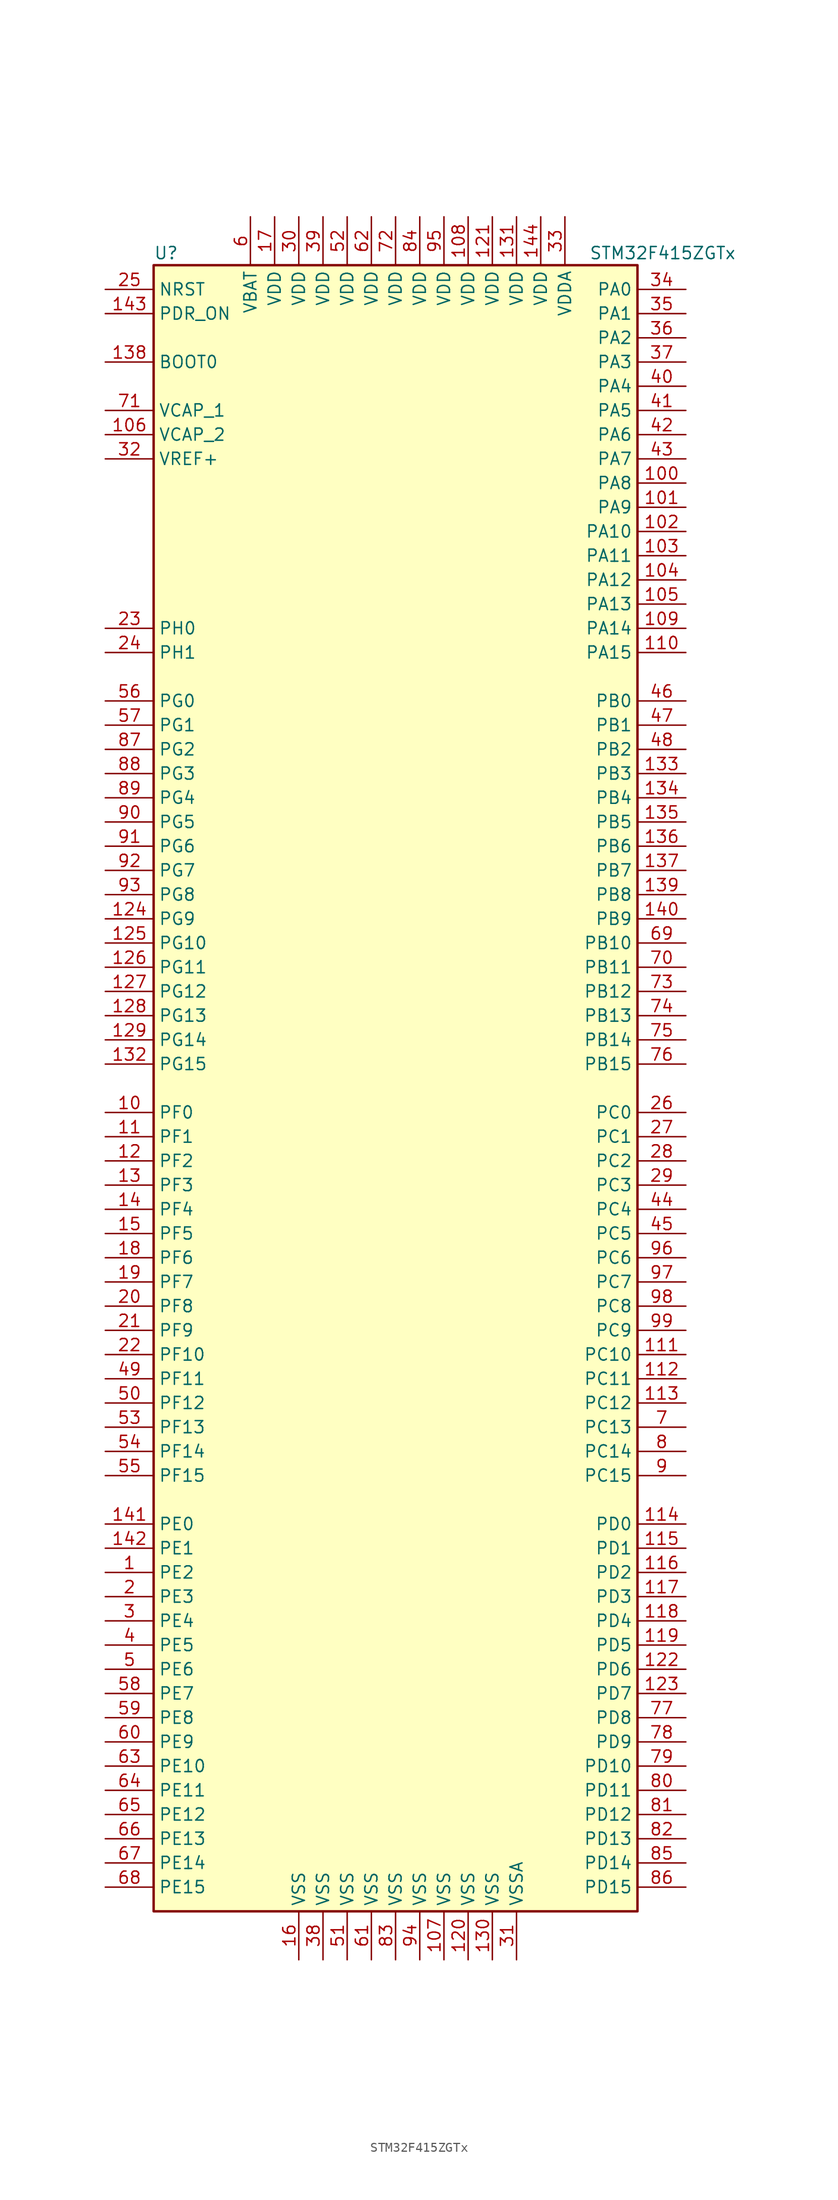
<source format=kicad_sym>
(kicad_symbol_lib
  (version 20201005)
  (generator kicad_symbol_editor)
  (symbol "STM32F415ZGTx"
    (property "Reference" "U"
      (at -25.4 87.63 0)
      (effects (font (size 1.27 1.27)) (justify left)))
    (property "Value" "STM32F415ZGTx"
      (at 20.32 87.63 0)
      (effects (font (size 1.27 1.27)) (justify left)))
    (symbol "STM32F415ZGTx_0_1"
      (rectangle (start -25.4 -86.36) (end 25.4 86.36) (stroke (width 0.254)) (fill (type background))))
    (symbol "STM32F415ZGTx_1_1"
      (pin input line (at -30.48 76.2 0) (length 5.08) (name "BOOT0" (effects (font (size 1.27 1.27)))) (number "138" (effects (font (size 1.27 1.27)))))
      (pin input line (at -30.48 83.82 0) (length 5.08) (name "NRST" (effects (font (size 1.27 1.27)))) (number "25" (effects (font (size 1.27 1.27)))))
      (pin bidirectional line (at 30.48 83.82 180) (length 5.08) (name "PA0" (effects (font (size 1.27 1.27)))) (number "34" (effects (font (size 1.27 1.27)))))
      (pin bidirectional line (at 30.48 81.28 180) (length 5.08) (name "PA1" (effects (font (size 1.27 1.27)))) (number "35" (effects (font (size 1.27 1.27)))))
      (pin bidirectional line (at 30.48 58.42 180) (length 5.08) (name "PA10" (effects (font (size 1.27 1.27)))) (number "102" (effects (font (size 1.27 1.27)))))
      (pin bidirectional line (at 30.48 55.88 180) (length 5.08) (name "PA11" (effects (font (size 1.27 1.27)))) (number "103" (effects (font (size 1.27 1.27)))))
      (pin bidirectional line (at 30.48 53.34 180) (length 5.08) (name "PA12" (effects (font (size 1.27 1.27)))) (number "104" (effects (font (size 1.27 1.27)))))
      (pin bidirectional line (at 30.48 50.8 180) (length 5.08) (name "PA13" (effects (font (size 1.27 1.27)))) (number "105" (effects (font (size 1.27 1.27)))))
      (pin bidirectional line (at 30.48 48.26 180) (length 5.08) (name "PA14" (effects (font (size 1.27 1.27)))) (number "109" (effects (font (size 1.27 1.27)))))
      (pin bidirectional line (at 30.48 45.72 180) (length 5.08) (name "PA15" (effects (font (size 1.27 1.27)))) (number "110" (effects (font (size 1.27 1.27)))))
      (pin bidirectional line (at 30.48 78.74 180) (length 5.08) (name "PA2" (effects (font (size 1.27 1.27)))) (number "36" (effects (font (size 1.27 1.27)))))
      (pin bidirectional line (at 30.48 76.2 180) (length 5.08) (name "PA3" (effects (font (size 1.27 1.27)))) (number "37" (effects (font (size 1.27 1.27)))))
      (pin bidirectional line (at 30.48 73.66 180) (length 5.08) (name "PA4" (effects (font (size 1.27 1.27)))) (number "40" (effects (font (size 1.27 1.27)))))
      (pin bidirectional line (at 30.48 71.12 180) (length 5.08) (name "PA5" (effects (font (size 1.27 1.27)))) (number "41" (effects (font (size 1.27 1.27)))))
      (pin bidirectional line (at 30.48 68.58 180) (length 5.08) (name "PA6" (effects (font (size 1.27 1.27)))) (number "42" (effects (font (size 1.27 1.27)))))
      (pin bidirectional line (at 30.48 66.04 180) (length 5.08) (name "PA7" (effects (font (size 1.27 1.27)))) (number "43" (effects (font (size 1.27 1.27)))))
      (pin bidirectional line (at 30.48 63.5 180) (length 5.08) (name "PA8" (effects (font (size 1.27 1.27)))) (number "100" (effects (font (size 1.27 1.27)))))
      (pin bidirectional line (at 30.48 60.96 180) (length 5.08) (name "PA9" (effects (font (size 1.27 1.27)))) (number "101" (effects (font (size 1.27 1.27)))))
      (pin bidirectional line (at 30.48 40.64 180) (length 5.08) (name "PB0" (effects (font (size 1.27 1.27)))) (number "46" (effects (font (size 1.27 1.27)))))
      (pin bidirectional line (at 30.48 38.1 180) (length 5.08) (name "PB1" (effects (font (size 1.27 1.27)))) (number "47" (effects (font (size 1.27 1.27)))))
      (pin bidirectional line (at 30.48 15.24 180) (length 5.08) (name "PB10" (effects (font (size 1.27 1.27)))) (number "69" (effects (font (size 1.27 1.27)))))
      (pin bidirectional line (at 30.48 12.7 180) (length 5.08) (name "PB11" (effects (font (size 1.27 1.27)))) (number "70" (effects (font (size 1.27 1.27)))))
      (pin bidirectional line (at 30.48 10.16 180) (length 5.08) (name "PB12" (effects (font (size 1.27 1.27)))) (number "73" (effects (font (size 1.27 1.27)))))
      (pin bidirectional line (at 30.48 7.62 180) (length 5.08) (name "PB13" (effects (font (size 1.27 1.27)))) (number "74" (effects (font (size 1.27 1.27)))))
      (pin bidirectional line (at 30.48 5.08 180) (length 5.08) (name "PB14" (effects (font (size 1.27 1.27)))) (number "75" (effects (font (size 1.27 1.27)))))
      (pin bidirectional line (at 30.48 2.54 180) (length 5.08) (name "PB15" (effects (font (size 1.27 1.27)))) (number "76" (effects (font (size 1.27 1.27)))))
      (pin bidirectional line (at 30.48 35.56 180) (length 5.08) (name "PB2" (effects (font (size 1.27 1.27)))) (number "48" (effects (font (size 1.27 1.27)))))
      (pin bidirectional line (at 30.48 33.02 180) (length 5.08) (name "PB3" (effects (font (size 1.27 1.27)))) (number "133" (effects (font (size 1.27 1.27)))))
      (pin bidirectional line (at 30.48 30.48 180) (length 5.08) (name "PB4" (effects (font (size 1.27 1.27)))) (number "134" (effects (font (size 1.27 1.27)))))
      (pin bidirectional line (at 30.48 27.94 180) (length 5.08) (name "PB5" (effects (font (size 1.27 1.27)))) (number "135" (effects (font (size 1.27 1.27)))))
      (pin bidirectional line (at 30.48 25.4 180) (length 5.08) (name "PB6" (effects (font (size 1.27 1.27)))) (number "136" (effects (font (size 1.27 1.27)))))
      (pin bidirectional line (at 30.48 22.86 180) (length 5.08) (name "PB7" (effects (font (size 1.27 1.27)))) (number "137" (effects (font (size 1.27 1.27)))))
      (pin bidirectional line (at 30.48 20.32 180) (length 5.08) (name "PB8" (effects (font (size 1.27 1.27)))) (number "139" (effects (font (size 1.27 1.27)))))
      (pin bidirectional line (at 30.48 17.78 180) (length 5.08) (name "PB9" (effects (font (size 1.27 1.27)))) (number "140" (effects (font (size 1.27 1.27)))))
      (pin bidirectional line (at 30.48 -2.54 180) (length 5.08) (name "PC0" (effects (font (size 1.27 1.27)))) (number "26" (effects (font (size 1.27 1.27)))))
      (pin bidirectional line (at 30.48 -5.08 180) (length 5.08) (name "PC1" (effects (font (size 1.27 1.27)))) (number "27" (effects (font (size 1.27 1.27)))))
      (pin bidirectional line (at 30.48 -27.94 180) (length 5.08) (name "PC10" (effects (font (size 1.27 1.27)))) (number "111" (effects (font (size 1.27 1.27)))))
      (pin bidirectional line (at 30.48 -30.48 180) (length 5.08) (name "PC11" (effects (font (size 1.27 1.27)))) (number "112" (effects (font (size 1.27 1.27)))))
      (pin bidirectional line (at 30.48 -33.02 180) (length 5.08) (name "PC12" (effects (font (size 1.27 1.27)))) (number "113" (effects (font (size 1.27 1.27)))))
      (pin bidirectional line (at 30.48 -35.56 180) (length 5.08) (name "PC13" (effects (font (size 1.27 1.27)))) (number "7" (effects (font (size 1.27 1.27)))))
      (pin bidirectional line (at 30.48 -38.1 180) (length 5.08) (name "PC14" (effects (font (size 1.27 1.27)))) (number "8" (effects (font (size 1.27 1.27)))))
      (pin bidirectional line (at 30.48 -40.64 180) (length 5.08) (name "PC15" (effects (font (size 1.27 1.27)))) (number "9" (effects (font (size 1.27 1.27)))))
      (pin bidirectional line (at 30.48 -7.62 180) (length 5.08) (name "PC2" (effects (font (size 1.27 1.27)))) (number "28" (effects (font (size 1.27 1.27)))))
      (pin bidirectional line (at 30.48 -10.16 180) (length 5.08) (name "PC3" (effects (font (size 1.27 1.27)))) (number "29" (effects (font (size 1.27 1.27)))))
      (pin bidirectional line (at 30.48 -12.7 180) (length 5.08) (name "PC4" (effects (font (size 1.27 1.27)))) (number "44" (effects (font (size 1.27 1.27)))))
      (pin bidirectional line (at 30.48 -15.24 180) (length 5.08) (name "PC5" (effects (font (size 1.27 1.27)))) (number "45" (effects (font (size 1.27 1.27)))))
      (pin bidirectional line (at 30.48 -17.78 180) (length 5.08) (name "PC6" (effects (font (size 1.27 1.27)))) (number "96" (effects (font (size 1.27 1.27)))))
      (pin bidirectional line (at 30.48 -20.32 180) (length 5.08) (name "PC7" (effects (font (size 1.27 1.27)))) (number "97" (effects (font (size 1.27 1.27)))))
      (pin bidirectional line (at 30.48 -22.86 180) (length 5.08) (name "PC8" (effects (font (size 1.27 1.27)))) (number "98" (effects (font (size 1.27 1.27)))))
      (pin bidirectional line (at 30.48 -25.4 180) (length 5.08) (name "PC9" (effects (font (size 1.27 1.27)))) (number "99" (effects (font (size 1.27 1.27)))))
      (pin bidirectional line (at 30.48 -45.72 180) (length 5.08) (name "PD0" (effects (font (size 1.27 1.27)))) (number "114" (effects (font (size 1.27 1.27)))))
      (pin bidirectional line (at 30.48 -48.26 180) (length 5.08) (name "PD1" (effects (font (size 1.27 1.27)))) (number "115" (effects (font (size 1.27 1.27)))))
      (pin bidirectional line (at 30.48 -71.12 180) (length 5.08) (name "PD10" (effects (font (size 1.27 1.27)))) (number "79" (effects (font (size 1.27 1.27)))))
      (pin bidirectional line (at 30.48 -73.66 180) (length 5.08) (name "PD11" (effects (font (size 1.27 1.27)))) (number "80" (effects (font (size 1.27 1.27)))))
      (pin bidirectional line (at 30.48 -76.2 180) (length 5.08) (name "PD12" (effects (font (size 1.27 1.27)))) (number "81" (effects (font (size 1.27 1.27)))))
      (pin bidirectional line (at 30.48 -78.74 180) (length 5.08) (name "PD13" (effects (font (size 1.27 1.27)))) (number "82" (effects (font (size 1.27 1.27)))))
      (pin bidirectional line (at 30.48 -81.28 180) (length 5.08) (name "PD14" (effects (font (size 1.27 1.27)))) (number "85" (effects (font (size 1.27 1.27)))))
      (pin bidirectional line (at 30.48 -83.82 180) (length 5.08) (name "PD15" (effects (font (size 1.27 1.27)))) (number "86" (effects (font (size 1.27 1.27)))))
      (pin bidirectional line (at 30.48 -50.8 180) (length 5.08) (name "PD2" (effects (font (size 1.27 1.27)))) (number "116" (effects (font (size 1.27 1.27)))))
      (pin bidirectional line (at 30.48 -53.34 180) (length 5.08) (name "PD3" (effects (font (size 1.27 1.27)))) (number "117" (effects (font (size 1.27 1.27)))))
      (pin bidirectional line (at 30.48 -55.88 180) (length 5.08) (name "PD4" (effects (font (size 1.27 1.27)))) (number "118" (effects (font (size 1.27 1.27)))))
      (pin bidirectional line (at 30.48 -58.42 180) (length 5.08) (name "PD5" (effects (font (size 1.27 1.27)))) (number "119" (effects (font (size 1.27 1.27)))))
      (pin bidirectional line (at 30.48 -60.96 180) (length 5.08) (name "PD6" (effects (font (size 1.27 1.27)))) (number "122" (effects (font (size 1.27 1.27)))))
      (pin bidirectional line (at 30.48 -63.5 180) (length 5.08) (name "PD7" (effects (font (size 1.27 1.27)))) (number "123" (effects (font (size 1.27 1.27)))))
      (pin bidirectional line (at 30.48 -66.04 180) (length 5.08) (name "PD8" (effects (font (size 1.27 1.27)))) (number "77" (effects (font (size 1.27 1.27)))))
      (pin bidirectional line (at 30.48 -68.58 180) (length 5.08) (name "PD9" (effects (font (size 1.27 1.27)))) (number "78" (effects (font (size 1.27 1.27)))))
      (pin input line (at -30.48 81.28 0) (length 5.08) (name "PDR_ON" (effects (font (size 1.27 1.27)))) (number "143" (effects (font (size 1.27 1.27)))))
      (pin bidirectional line (at -30.48 -45.72 0) (length 5.08) (name "PE0" (effects (font (size 1.27 1.27)))) (number "141" (effects (font (size 1.27 1.27)))))
      (pin bidirectional line (at -30.48 -48.26 0) (length 5.08) (name "PE1" (effects (font (size 1.27 1.27)))) (number "142" (effects (font (size 1.27 1.27)))))
      (pin bidirectional line (at -30.48 -71.12 0) (length 5.08) (name "PE10" (effects (font (size 1.27 1.27)))) (number "63" (effects (font (size 1.27 1.27)))))
      (pin bidirectional line (at -30.48 -73.66 0) (length 5.08) (name "PE11" (effects (font (size 1.27 1.27)))) (number "64" (effects (font (size 1.27 1.27)))))
      (pin bidirectional line (at -30.48 -76.2 0) (length 5.08) (name "PE12" (effects (font (size 1.27 1.27)))) (number "65" (effects (font (size 1.27 1.27)))))
      (pin bidirectional line (at -30.48 -78.74 0) (length 5.08) (name "PE13" (effects (font (size 1.27 1.27)))) (number "66" (effects (font (size 1.27 1.27)))))
      (pin bidirectional line (at -30.48 -81.28 0) (length 5.08) (name "PE14" (effects (font (size 1.27 1.27)))) (number "67" (effects (font (size 1.27 1.27)))))
      (pin bidirectional line (at -30.48 -83.82 0) (length 5.08) (name "PE15" (effects (font (size 1.27 1.27)))) (number "68" (effects (font (size 1.27 1.27)))))
      (pin bidirectional line (at -30.48 -50.8 0) (length 5.08) (name "PE2" (effects (font (size 1.27 1.27)))) (number "1" (effects (font (size 1.27 1.27)))))
      (pin bidirectional line (at -30.48 -53.34 0) (length 5.08) (name "PE3" (effects (font (size 1.27 1.27)))) (number "2" (effects (font (size 1.27 1.27)))))
      (pin bidirectional line (at -30.48 -55.88 0) (length 5.08) (name "PE4" (effects (font (size 1.27 1.27)))) (number "3" (effects (font (size 1.27 1.27)))))
      (pin bidirectional line (at -30.48 -58.42 0) (length 5.08) (name "PE5" (effects (font (size 1.27 1.27)))) (number "4" (effects (font (size 1.27 1.27)))))
      (pin bidirectional line (at -30.48 -60.96 0) (length 5.08) (name "PE6" (effects (font (size 1.27 1.27)))) (number "5" (effects (font (size 1.27 1.27)))))
      (pin bidirectional line (at -30.48 -63.5 0) (length 5.08) (name "PE7" (effects (font (size 1.27 1.27)))) (number "58" (effects (font (size 1.27 1.27)))))
      (pin bidirectional line (at -30.48 -66.04 0) (length 5.08) (name "PE8" (effects (font (size 1.27 1.27)))) (number "59" (effects (font (size 1.27 1.27)))))
      (pin bidirectional line (at -30.48 -68.58 0) (length 5.08) (name "PE9" (effects (font (size 1.27 1.27)))) (number "60" (effects (font (size 1.27 1.27)))))
      (pin bidirectional line (at -30.48 -2.54 0) (length 5.08) (name "PF0" (effects (font (size 1.27 1.27)))) (number "10" (effects (font (size 1.27 1.27)))))
      (pin bidirectional line (at -30.48 -5.08 0) (length 5.08) (name "PF1" (effects (font (size 1.27 1.27)))) (number "11" (effects (font (size 1.27 1.27)))))
      (pin bidirectional line (at -30.48 -27.94 0) (length 5.08) (name "PF10" (effects (font (size 1.27 1.27)))) (number "22" (effects (font (size 1.27 1.27)))))
      (pin bidirectional line (at -30.48 -30.48 0) (length 5.08) (name "PF11" (effects (font (size 1.27 1.27)))) (number "49" (effects (font (size 1.27 1.27)))))
      (pin bidirectional line (at -30.48 -33.02 0) (length 5.08) (name "PF12" (effects (font (size 1.27 1.27)))) (number "50" (effects (font (size 1.27 1.27)))))
      (pin bidirectional line (at -30.48 -35.56 0) (length 5.08) (name "PF13" (effects (font (size 1.27 1.27)))) (number "53" (effects (font (size 1.27 1.27)))))
      (pin bidirectional line (at -30.48 -38.1 0) (length 5.08) (name "PF14" (effects (font (size 1.27 1.27)))) (number "54" (effects (font (size 1.27 1.27)))))
      (pin bidirectional line (at -30.48 -40.64 0) (length 5.08) (name "PF15" (effects (font (size 1.27 1.27)))) (number "55" (effects (font (size 1.27 1.27)))))
      (pin bidirectional line (at -30.48 -7.62 0) (length 5.08) (name "PF2" (effects (font (size 1.27 1.27)))) (number "12" (effects (font (size 1.27 1.27)))))
      (pin bidirectional line (at -30.48 -10.16 0) (length 5.08) (name "PF3" (effects (font (size 1.27 1.27)))) (number "13" (effects (font (size 1.27 1.27)))))
      (pin bidirectional line (at -30.48 -12.7 0) (length 5.08) (name "PF4" (effects (font (size 1.27 1.27)))) (number "14" (effects (font (size 1.27 1.27)))))
      (pin bidirectional line (at -30.48 -15.24 0) (length 5.08) (name "PF5" (effects (font (size 1.27 1.27)))) (number "15" (effects (font (size 1.27 1.27)))))
      (pin bidirectional line (at -30.48 -17.78 0) (length 5.08) (name "PF6" (effects (font (size 1.27 1.27)))) (number "18" (effects (font (size 1.27 1.27)))))
      (pin bidirectional line (at -30.48 -20.32 0) (length 5.08) (name "PF7" (effects (font (size 1.27 1.27)))) (number "19" (effects (font (size 1.27 1.27)))))
      (pin bidirectional line (at -30.48 -22.86 0) (length 5.08) (name "PF8" (effects (font (size 1.27 1.27)))) (number "20" (effects (font (size 1.27 1.27)))))
      (pin bidirectional line (at -30.48 -25.4 0) (length 5.08) (name "PF9" (effects (font (size 1.27 1.27)))) (number "21" (effects (font (size 1.27 1.27)))))
      (pin bidirectional line (at -30.48 40.64 0) (length 5.08) (name "PG0" (effects (font (size 1.27 1.27)))) (number "56" (effects (font (size 1.27 1.27)))))
      (pin bidirectional line (at -30.48 38.1 0) (length 5.08) (name "PG1" (effects (font (size 1.27 1.27)))) (number "57" (effects (font (size 1.27 1.27)))))
      (pin bidirectional line (at -30.48 15.24 0) (length 5.08) (name "PG10" (effects (font (size 1.27 1.27)))) (number "125" (effects (font (size 1.27 1.27)))))
      (pin bidirectional line (at -30.48 12.7 0) (length 5.08) (name "PG11" (effects (font (size 1.27 1.27)))) (number "126" (effects (font (size 1.27 1.27)))))
      (pin bidirectional line (at -30.48 10.16 0) (length 5.08) (name "PG12" (effects (font (size 1.27 1.27)))) (number "127" (effects (font (size 1.27 1.27)))))
      (pin bidirectional line (at -30.48 7.62 0) (length 5.08) (name "PG13" (effects (font (size 1.27 1.27)))) (number "128" (effects (font (size 1.27 1.27)))))
      (pin bidirectional line (at -30.48 5.08 0) (length 5.08) (name "PG14" (effects (font (size 1.27 1.27)))) (number "129" (effects (font (size 1.27 1.27)))))
      (pin bidirectional line (at -30.48 2.54 0) (length 5.08) (name "PG15" (effects (font (size 1.27 1.27)))) (number "132" (effects (font (size 1.27 1.27)))))
      (pin bidirectional line (at -30.48 35.56 0) (length 5.08) (name "PG2" (effects (font (size 1.27 1.27)))) (number "87" (effects (font (size 1.27 1.27)))))
      (pin bidirectional line (at -30.48 33.02 0) (length 5.08) (name "PG3" (effects (font (size 1.27 1.27)))) (number "88" (effects (font (size 1.27 1.27)))))
      (pin bidirectional line (at -30.48 30.48 0) (length 5.08) (name "PG4" (effects (font (size 1.27 1.27)))) (number "89" (effects (font (size 1.27 1.27)))))
      (pin bidirectional line (at -30.48 27.94 0) (length 5.08) (name "PG5" (effects (font (size 1.27 1.27)))) (number "90" (effects (font (size 1.27 1.27)))))
      (pin bidirectional line (at -30.48 25.4 0) (length 5.08) (name "PG6" (effects (font (size 1.27 1.27)))) (number "91" (effects (font (size 1.27 1.27)))))
      (pin bidirectional line (at -30.48 22.86 0) (length 5.08) (name "PG7" (effects (font (size 1.27 1.27)))) (number "92" (effects (font (size 1.27 1.27)))))
      (pin bidirectional line (at -30.48 20.32 0) (length 5.08) (name "PG8" (effects (font (size 1.27 1.27)))) (number "93" (effects (font (size 1.27 1.27)))))
      (pin bidirectional line (at -30.48 17.78 0) (length 5.08) (name "PG9" (effects (font (size 1.27 1.27)))) (number "124" (effects (font (size 1.27 1.27)))))
      (pin input line (at -30.48 48.26 0) (length 5.08) (name "PH0" (effects (font (size 1.27 1.27)))) (number "23" (effects (font (size 1.27 1.27)))))
      (pin input line (at -30.48 45.72 0) (length 5.08) (name "PH1" (effects (font (size 1.27 1.27)))) (number "24" (effects (font (size 1.27 1.27)))))
      (pin power_in line (at -15.24 91.44 270) (length 5.08) (name "VBAT" (effects (font (size 1.27 1.27)))) (number "6" (effects (font (size 1.27 1.27)))))
      (pin power_in line (at -30.48 71.12 0) (length 5.08) (name "VCAP_1" (effects (font (size 1.27 1.27)))) (number "71" (effects (font (size 1.27 1.27)))))
      (pin power_in line (at -30.48 68.58 0) (length 5.08) (name "VCAP_2" (effects (font (size 1.27 1.27)))) (number "106" (effects (font (size 1.27 1.27)))))
      (pin power_in line (at 7.62 91.44 270) (length 5.08) (name "VDD" (effects (font (size 1.27 1.27)))) (number "108" (effects (font (size 1.27 1.27)))))
      (pin power_in line (at 10.16 91.44 270) (length 5.08) (name "VDD" (effects (font (size 1.27 1.27)))) (number "121" (effects (font (size 1.27 1.27)))))
      (pin power_in line (at 12.7 91.44 270) (length 5.08) (name "VDD" (effects (font (size 1.27 1.27)))) (number "131" (effects (font (size 1.27 1.27)))))
      (pin power_in line (at 15.24 91.44 270) (length 5.08) (name "VDD" (effects (font (size 1.27 1.27)))) (number "144" (effects (font (size 1.27 1.27)))))
      (pin power_in line (at -12.7 91.44 270) (length 5.08) (name "VDD" (effects (font (size 1.27 1.27)))) (number "17" (effects (font (size 1.27 1.27)))))
      (pin power_in line (at -10.16 91.44 270) (length 5.08) (name "VDD" (effects (font (size 1.27 1.27)))) (number "30" (effects (font (size 1.27 1.27)))))
      (pin power_in line (at -7.62 91.44 270) (length 5.08) (name "VDD" (effects (font (size 1.27 1.27)))) (number "39" (effects (font (size 1.27 1.27)))))
      (pin power_in line (at -5.08 91.44 270) (length 5.08) (name "VDD" (effects (font (size 1.27 1.27)))) (number "52" (effects (font (size 1.27 1.27)))))
      (pin power_in line (at -2.54 91.44 270) (length 5.08) (name "VDD" (effects (font (size 1.27 1.27)))) (number "62" (effects (font (size 1.27 1.27)))))
      (pin power_in line (at 0 91.44 270) (length 5.08) (name "VDD" (effects (font (size 1.27 1.27)))) (number "72" (effects (font (size 1.27 1.27)))))
      (pin power_in line (at 2.54 91.44 270) (length 5.08) (name "VDD" (effects (font (size 1.27 1.27)))) (number "84" (effects (font (size 1.27 1.27)))))
      (pin power_in line (at 5.08 91.44 270) (length 5.08) (name "VDD" (effects (font (size 1.27 1.27)))) (number "95" (effects (font (size 1.27 1.27)))))
      (pin power_in line (at 17.78 91.44 270) (length 5.08) (name "VDDA" (effects (font (size 1.27 1.27)))) (number "33" (effects (font (size 1.27 1.27)))))
      (pin power_in line (at -30.48 66.04 0) (length 5.08) (name "VREF+" (effects (font (size 1.27 1.27)))) (number "32" (effects (font (size 1.27 1.27)))))
      (pin power_in line (at 5.08 -91.44 90) (length 5.08) (name "VSS" (effects (font (size 1.27 1.27)))) (number "107" (effects (font (size 1.27 1.27)))))
      (pin power_in line (at 7.62 -91.44 90) (length 5.08) (name "VSS" (effects (font (size 1.27 1.27)))) (number "120" (effects (font (size 1.27 1.27)))))
      (pin power_in line (at 10.16 -91.44 90) (length 5.08) (name "VSS" (effects (font (size 1.27 1.27)))) (number "130" (effects (font (size 1.27 1.27)))))
      (pin power_in line (at -10.16 -91.44 90) (length 5.08) (name "VSS" (effects (font (size 1.27 1.27)))) (number "16" (effects (font (size 1.27 1.27)))))
      (pin power_in line (at -7.62 -91.44 90) (length 5.08) (name "VSS" (effects (font (size 1.27 1.27)))) (number "38" (effects (font (size 1.27 1.27)))))
      (pin power_in line (at -5.08 -91.44 90) (length 5.08) (name "VSS" (effects (font (size 1.27 1.27)))) (number "51" (effects (font (size 1.27 1.27)))))
      (pin power_in line (at -2.54 -91.44 90) (length 5.08) (name "VSS" (effects (font (size 1.27 1.27)))) (number "61" (effects (font (size 1.27 1.27)))))
      (pin power_in line (at 0 -91.44 90) (length 5.08) (name "VSS" (effects (font (size 1.27 1.27)))) (number "83" (effects (font (size 1.27 1.27)))))
      (pin power_in line (at 2.54 -91.44 90) (length 5.08) (name "VSS" (effects (font (size 1.27 1.27)))) (number "94" (effects (font (size 1.27 1.27)))))
      (pin power_in line (at 12.7 -91.44 90) (length 5.08) (name "VSSA" (effects (font (size 1.27 1.27)))) (number "31" (effects (font (size 1.27 1.27))))))))
</source>
